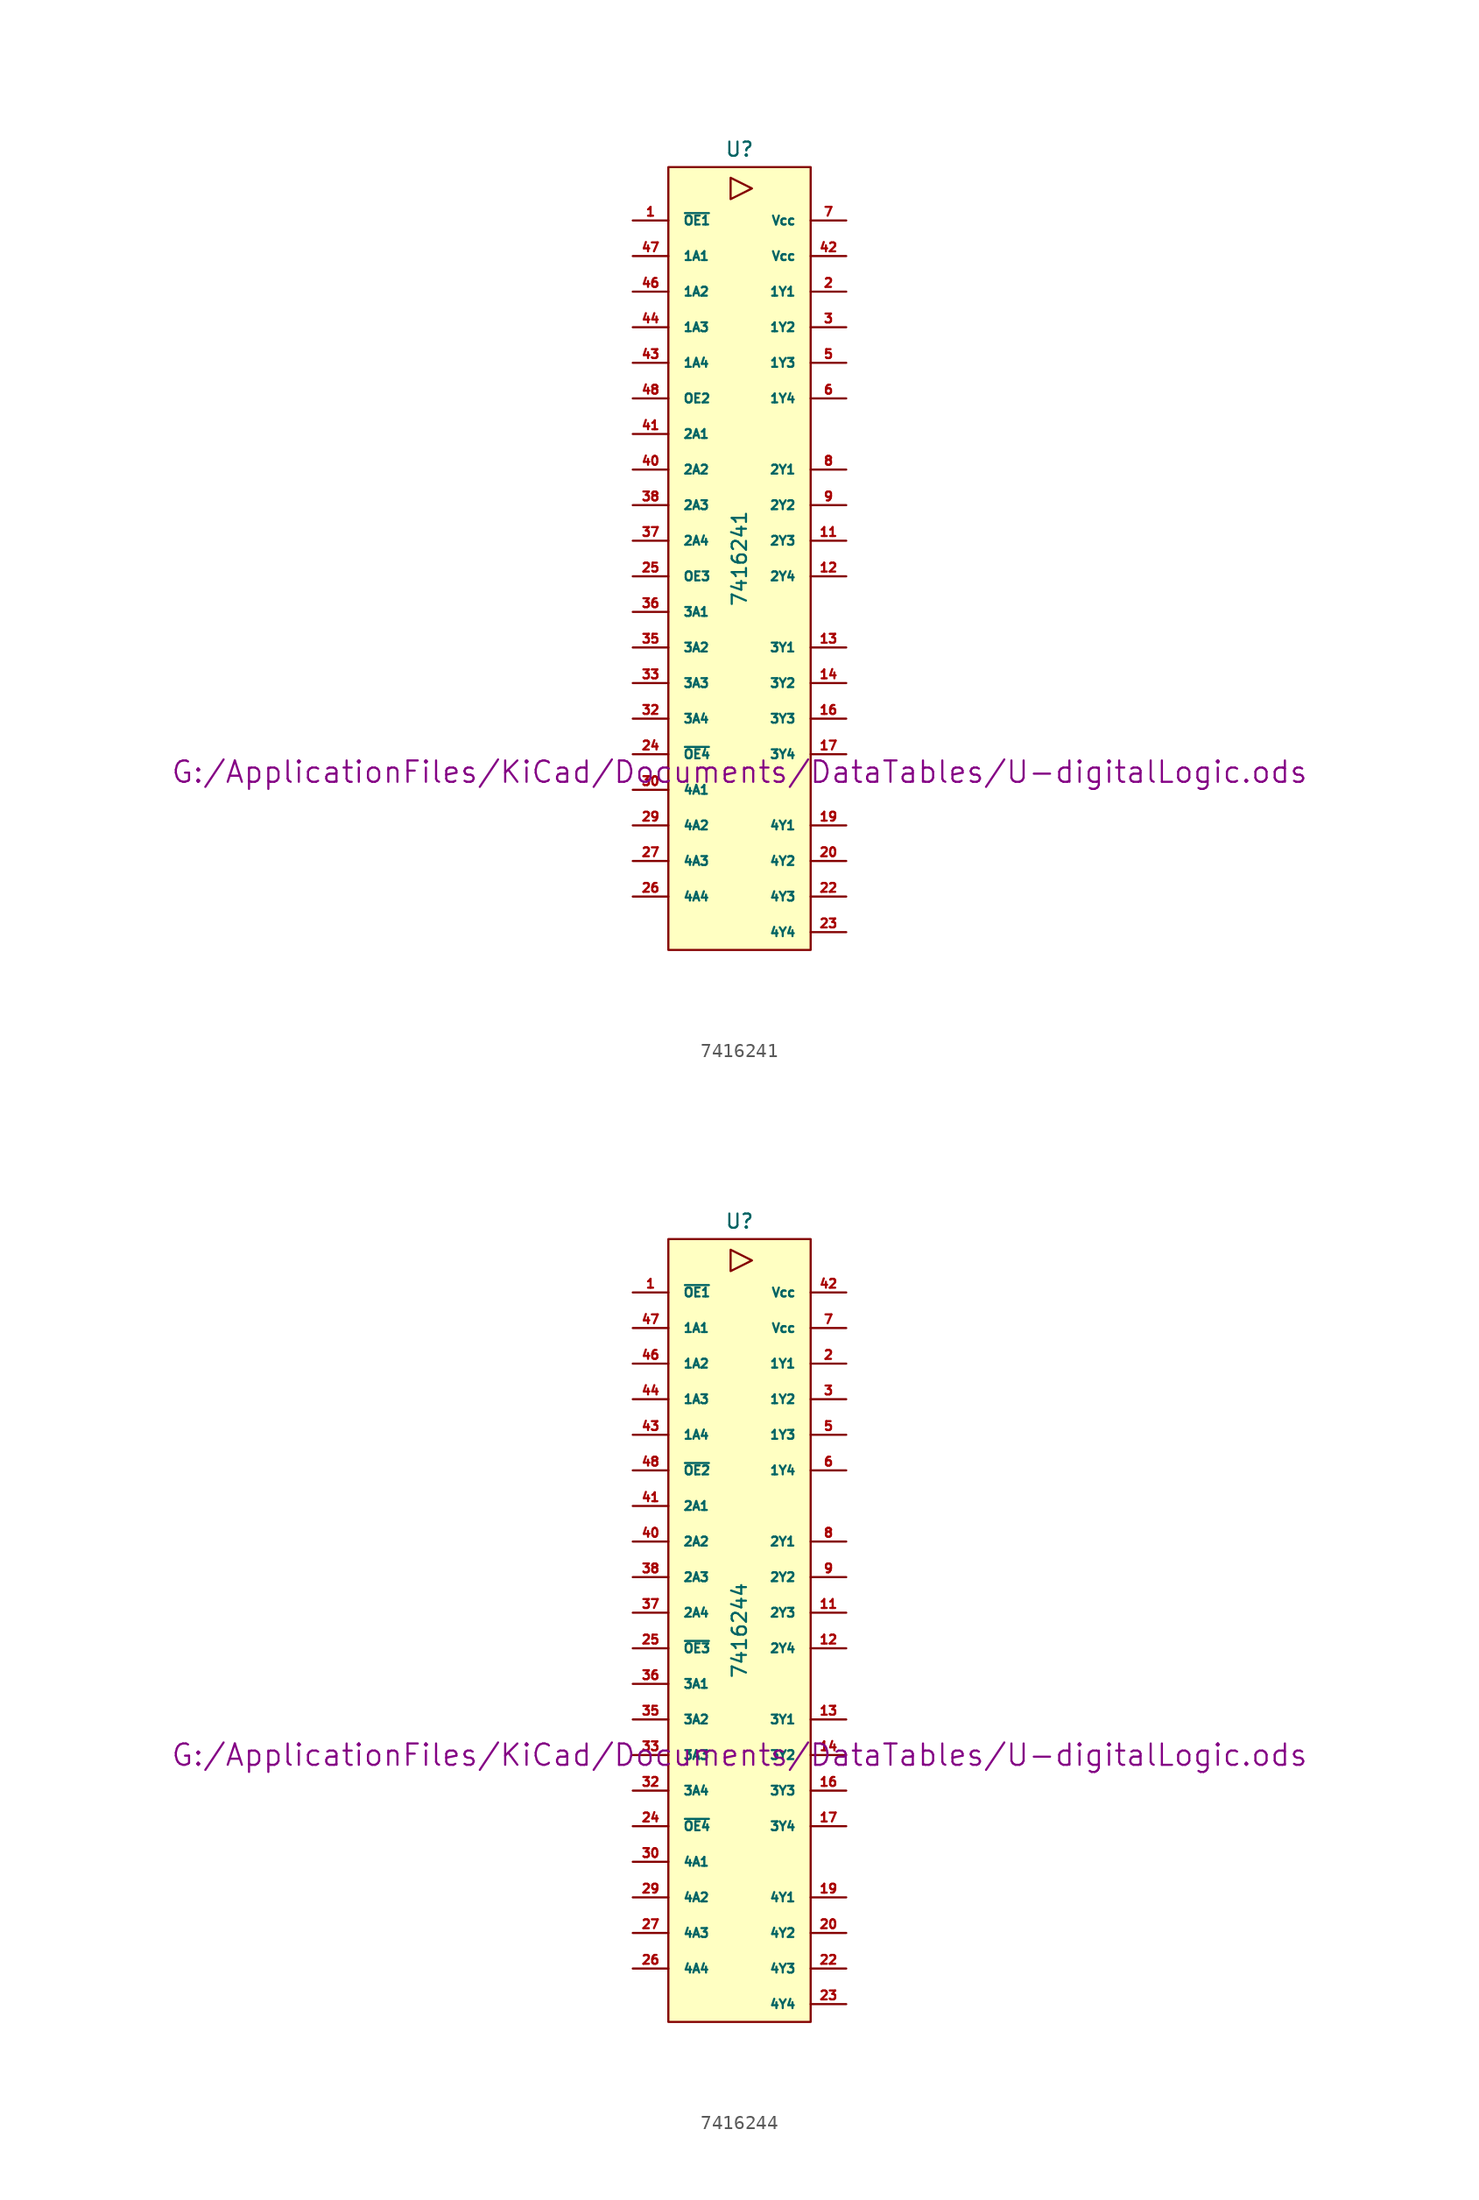
<source format=kicad_sym>
(kicad_symbol_lib
  (version 20211014)
  (generator kicad_symbol_editor)
  (symbol "7416241"
    (pin_names
      (offset 1.016))
    (property "Reference" "U"
      (at 0 29.21 0)
      (effects (font (size 1.016 1.016))))
    (property "Value" "7416241"
      (at 0 0 90)
      (effects (font (size 1.016 1.016))))
    (property "Footprint" ""
      (at 0 -15.24 0)
      (effects (font (size 1.524 1.524))))
    (property "Datasheet" "G:/ApplicationFiles/KiCad/Documents/DataTables/U-digitalLogic.ods"
      (at 0 -15.24 0)
      (effects (font (size 1.524 1.524))))
    (symbol "7416241_0_0"
      (polyline (pts (xy -0.635 27.178) (xy -0.635 25.654) (xy 0.889 26.416) (xy -0.635 27.178)) (stroke (width 0) (type default) (color 0 0 0 0)) (fill (type none))))
    (symbol "7416241_0_1"
      (rectangle (start -5.08 27.94) (end 5.08 -27.94) (stroke (width 0) (type default) (color 0 0 0 0)) (fill (type background))))
    (symbol "7416241_1_0"
      (pin power_in line (at -3.81 -27.94 270) (length 0) hide (name "DGND" (effects (font (size 0.762 0.762)))) (number "10" (effects (font (size 0.762 0.762)))))
      (pin power_in line (at -2.54 -27.94 270) (length 0) hide (name "DGND" (effects (font (size 0.762 0.762)))) (number "15" (effects (font (size 0.762 0.762)))))
      (pin power_in line (at -1.27 -27.94 270) (length 0) hide (name "DGND" (effects (font (size 0.762 0.762)))) (number "21" (effects (font (size 0.762 0.762)))))
      (pin power_in line (at 0 -27.94 270) (length 0) hide (name "DGND" (effects (font (size 0.762 0.762)))) (number "28" (effects (font (size 0.762 0.762)))))
      (pin power_in line (at 1.27 -27.94 270) (length 0) hide (name "DGND" (effects (font (size 0.762 0.762)))) (number "34" (effects (font (size 0.762 0.762)))))
      (pin power_in line (at 2.54 -27.94 270) (length 0) hide (name "DGND" (effects (font (size 0.762 0.762)))) (number "39" (effects (font (size 0.762 0.762)))))
      (pin power_in line (at -5.08 -27.94 270) (length 0) hide (name "DGND" (effects (font (size 0.762 0.762)))) (number "4" (effects (font (size 0.762 0.762)))))
      (pin power_in line (at 3.81 -27.94 270) (length 0) hide (name "DGND" (effects (font (size 0.762 0.762)))) (number "45" (effects (font (size 0.762 0.762))))))
    (symbol "7416241_1_1"
      (pin input line (at -7.62 24.13 0) (length 2.54) (name "~{OE1}" (effects (font (size 0.635 0.635)))) (number "1" (effects (font (size 0.635 0.635)))))
      (pin tri_state line (at 7.62 1.27 180) (length 2.54) (name "2Y3" (effects (font (size 0.635 0.635)))) (number "11" (effects (font (size 0.635 0.635)))))
      (pin tri_state line (at 7.62 -1.27 180) (length 2.54) (name "2Y4" (effects (font (size 0.635 0.635)))) (number "12" (effects (font (size 0.635 0.635)))))
      (pin tri_state line (at 7.62 -6.35 180) (length 2.54) (name "3Y1" (effects (font (size 0.635 0.635)))) (number "13" (effects (font (size 0.635 0.635)))))
      (pin tri_state line (at 7.62 -8.89 180) (length 2.54) (name "3Y2" (effects (font (size 0.635 0.635)))) (number "14" (effects (font (size 0.635 0.635)))))
      (pin tri_state line (at 7.62 -11.43 180) (length 2.54) (name "3Y3" (effects (font (size 0.635 0.635)))) (number "16" (effects (font (size 0.635 0.635)))))
      (pin tri_state line (at 7.62 -13.97 180) (length 2.54) (name "3Y4" (effects (font (size 0.635 0.635)))) (number "17" (effects (font (size 0.635 0.635)))))
      (pin tri_state line (at 7.62 -19.05 180) (length 2.54) (name "4Y1" (effects (font (size 0.635 0.635)))) (number "19" (effects (font (size 0.635 0.635)))))
      (pin tri_state line (at 7.62 19.05 180) (length 2.54) (name "1Y1" (effects (font (size 0.635 0.635)))) (number "2" (effects (font (size 0.635 0.635)))))
      (pin tri_state line (at 7.62 -21.59 180) (length 2.54) (name "4Y2" (effects (font (size 0.635 0.635)))) (number "20" (effects (font (size 0.635 0.635)))))
      (pin tri_state line (at 7.62 -24.13 180) (length 2.54) (name "4Y3" (effects (font (size 0.635 0.635)))) (number "22" (effects (font (size 0.635 0.635)))))
      (pin tri_state line (at 7.62 -26.67 180) (length 2.54) (name "4Y4" (effects (font (size 0.635 0.635)))) (number "23" (effects (font (size 0.635 0.635)))))
      (pin input line (at -7.62 -13.97 0) (length 2.54) (name "~{OE4}" (effects (font (size 0.635 0.635)))) (number "24" (effects (font (size 0.635 0.635)))))
      (pin input line (at -7.62 -1.27 0) (length 2.54) (name "OE3" (effects (font (size 0.635 0.635)))) (number "25" (effects (font (size 0.635 0.635)))))
      (pin input line (at -7.62 -24.13 0) (length 2.54) (name "4A4" (effects (font (size 0.635 0.635)))) (number "26" (effects (font (size 0.635 0.635)))))
      (pin input line (at -7.62 -21.59 0) (length 2.54) (name "4A3" (effects (font (size 0.635 0.635)))) (number "27" (effects (font (size 0.635 0.635)))))
      (pin input line (at -7.62 -19.05 0) (length 2.54) (name "4A2" (effects (font (size 0.635 0.635)))) (number "29" (effects (font (size 0.635 0.635)))))
      (pin tri_state line (at 7.62 16.51 180) (length 2.54) (name "1Y2" (effects (font (size 0.635 0.635)))) (number "3" (effects (font (size 0.635 0.635)))))
      (pin input line (at -7.62 -16.51 0) (length 2.54) (name "4A1" (effects (font (size 0.635 0.635)))) (number "30" (effects (font (size 0.635 0.635)))))
      (pin input line (at -7.62 -11.43 0) (length 2.54) (name "3A4" (effects (font (size 0.635 0.635)))) (number "32" (effects (font (size 0.635 0.635)))))
      (pin input line (at -7.62 -8.89 0) (length 2.54) (name "3A3" (effects (font (size 0.635 0.635)))) (number "33" (effects (font (size 0.635 0.635)))))
      (pin input line (at -7.62 -6.35 0) (length 2.54) (name "3A2" (effects (font (size 0.635 0.635)))) (number "35" (effects (font (size 0.635 0.635)))))
      (pin input line (at -7.62 -3.81 0) (length 2.54) (name "3A1" (effects (font (size 0.635 0.635)))) (number "36" (effects (font (size 0.635 0.635)))))
      (pin input line (at -7.62 1.27 0) (length 2.54) (name "2A4" (effects (font (size 0.635 0.635)))) (number "37" (effects (font (size 0.635 0.635)))))
      (pin input line (at -7.62 3.81 0) (length 2.54) (name "2A3" (effects (font (size 0.635 0.635)))) (number "38" (effects (font (size 0.635 0.635)))))
      (pin input line (at -7.62 6.35 0) (length 2.54) (name "2A2" (effects (font (size 0.635 0.635)))) (number "40" (effects (font (size 0.635 0.635)))))
      (pin input line (at -7.62 8.89 0) (length 2.54) (name "2A1" (effects (font (size 0.635 0.635)))) (number "41" (effects (font (size 0.635 0.635)))))
      (pin power_in line (at 7.62 21.59 180) (length 2.54) (name "Vcc" (effects (font (size 0.635 0.635)))) (number "42" (effects (font (size 0.635 0.635)))))
      (pin input line (at -7.62 13.97 0) (length 2.54) (name "1A4" (effects (font (size 0.635 0.635)))) (number "43" (effects (font (size 0.635 0.635)))))
      (pin input line (at -7.62 16.51 0) (length 2.54) (name "1A3" (effects (font (size 0.635 0.635)))) (number "44" (effects (font (size 0.635 0.635)))))
      (pin input line (at -7.62 19.05 0) (length 2.54) (name "1A2" (effects (font (size 0.635 0.635)))) (number "46" (effects (font (size 0.635 0.635)))))
      (pin input line (at -7.62 21.59 0) (length 2.54) (name "1A1" (effects (font (size 0.635 0.635)))) (number "47" (effects (font (size 0.635 0.635)))))
      (pin input line (at -7.62 11.43 0) (length 2.54) (name "OE2" (effects (font (size 0.635 0.635)))) (number "48" (effects (font (size 0.635 0.635)))))
      (pin tri_state line (at 7.62 13.97 180) (length 2.54) (name "1Y3" (effects (font (size 0.635 0.635)))) (number "5" (effects (font (size 0.635 0.635)))))
      (pin tri_state line (at 7.62 11.43 180) (length 2.54) (name "1Y4" (effects (font (size 0.635 0.635)))) (number "6" (effects (font (size 0.635 0.635)))))
      (pin power_in line (at 7.62 24.13 180) (length 2.54) (name "Vcc" (effects (font (size 0.635 0.635)))) (number "7" (effects (font (size 0.635 0.635)))))
      (pin tri_state line (at 7.62 6.35 180) (length 2.54) (name "2Y1" (effects (font (size 0.635 0.635)))) (number "8" (effects (font (size 0.635 0.635)))))
      (pin tri_state line (at 7.62 3.81 180) (length 2.54) (name "2Y2" (effects (font (size 0.635 0.635)))) (number "9" (effects (font (size 0.635 0.635)))))))
  (symbol "7416244"
    (pin_names
      (offset 1.016))
    (property "Reference" "U"
      (at 0 29.21 0)
      (effects (font (size 1.016 1.016))))
    (property "Value" "7416244"
      (at 0 0 90)
      (effects (font (size 1.016 1.016))))
    (property "Footprint" ""
      (at 0 -8.89 0)
      (effects (font (size 1.524 1.524))))
    (property "Datasheet" "G:/ApplicationFiles/KiCad/Documents/DataTables/U-digitalLogic.ods"
      (at 0 -8.89 0)
      (effects (font (size 1.524 1.524))))
    (symbol "7416244_0_0"
      (polyline (pts (xy -0.635 27.178) (xy -0.635 25.654) (xy 0.889 26.416) (xy -0.635 27.178)) (stroke (width 0) (type default) (color 0 0 0 0)) (fill (type none))))
    (symbol "7416244_0_1"
      (rectangle (start -5.08 27.94) (end 5.08 -27.94) (stroke (width 0) (type default) (color 0 0 0 0)) (fill (type background))))
    (symbol "7416244_1_0"
      (pin power_in line (at -3.81 -27.94 270) (length 0) hide (name "DGND" (effects (font (size 0.762 0.762)))) (number "10" (effects (font (size 0.762 0.762)))))
      (pin power_in line (at -2.54 -27.94 270) (length 0) hide (name "DGND" (effects (font (size 0.762 0.762)))) (number "15" (effects (font (size 0.762 0.762)))))
      (pin power_in line (at -1.27 -27.94 270) (length 0) hide (name "DGND" (effects (font (size 0.762 0.762)))) (number "21" (effects (font (size 0.762 0.762)))))
      (pin power_in line (at 0 -27.94 270) (length 0) hide (name "DGND" (effects (font (size 0.762 0.762)))) (number "28" (effects (font (size 0.762 0.762)))))
      (pin power_in line (at 1.27 -27.94 270) (length 0) hide (name "DGND" (effects (font (size 0.762 0.762)))) (number "34" (effects (font (size 0.762 0.762)))))
      (pin power_in line (at 2.54 -27.94 270) (length 0) hide (name "DGND" (effects (font (size 0.762 0.762)))) (number "39" (effects (font (size 0.762 0.762)))))
      (pin power_in line (at -5.08 -27.94 270) (length 0) hide (name "DGND" (effects (font (size 0.762 0.762)))) (number "4" (effects (font (size 0.762 0.762)))))
      (pin power_in line (at 3.81 -27.94 270) (length 0) hide (name "DGND" (effects (font (size 0.762 0.762)))) (number "45" (effects (font (size 0.762 0.762))))))
    (symbol "7416244_1_1"
      (pin input line (at -7.62 24.13 0) (length 2.54) (name "~{OE1}" (effects (font (size 0.635 0.635)))) (number "1" (effects (font (size 0.635 0.635)))))
      (pin tri_state line (at 7.62 1.27 180) (length 2.54) (name "2Y3" (effects (font (size 0.635 0.635)))) (number "11" (effects (font (size 0.635 0.635)))))
      (pin tri_state line (at 7.62 -1.27 180) (length 2.54) (name "2Y4" (effects (font (size 0.635 0.635)))) (number "12" (effects (font (size 0.635 0.635)))))
      (pin tri_state line (at 7.62 -6.35 180) (length 2.54) (name "3Y1" (effects (font (size 0.635 0.635)))) (number "13" (effects (font (size 0.635 0.635)))))
      (pin tri_state line (at 7.62 -8.89 180) (length 2.54) (name "3Y2" (effects (font (size 0.635 0.635)))) (number "14" (effects (font (size 0.635 0.635)))))
      (pin tri_state line (at 7.62 -11.43 180) (length 2.54) (name "3Y3" (effects (font (size 0.635 0.635)))) (number "16" (effects (font (size 0.635 0.635)))))
      (pin tri_state line (at 7.62 -13.97 180) (length 2.54) (name "3Y4" (effects (font (size 0.635 0.635)))) (number "17" (effects (font (size 0.635 0.635)))))
      (pin tri_state line (at 7.62 -19.05 180) (length 2.54) (name "4Y1" (effects (font (size 0.635 0.635)))) (number "19" (effects (font (size 0.635 0.635)))))
      (pin tri_state line (at 7.62 19.05 180) (length 2.54) (name "1Y1" (effects (font (size 0.635 0.635)))) (number "2" (effects (font (size 0.635 0.635)))))
      (pin tri_state line (at 7.62 -21.59 180) (length 2.54) (name "4Y2" (effects (font (size 0.635 0.635)))) (number "20" (effects (font (size 0.635 0.635)))))
      (pin tri_state line (at 7.62 -24.13 180) (length 2.54) (name "4Y3" (effects (font (size 0.635 0.635)))) (number "22" (effects (font (size 0.635 0.635)))))
      (pin tri_state line (at 7.62 -26.67 180) (length 2.54) (name "4Y4" (effects (font (size 0.635 0.635)))) (number "23" (effects (font (size 0.635 0.635)))))
      (pin input line (at -7.62 -13.97 0) (length 2.54) (name "~{OE4}" (effects (font (size 0.635 0.635)))) (number "24" (effects (font (size 0.635 0.635)))))
      (pin input line (at -7.62 -1.27 0) (length 2.54) (name "~{OE3}" (effects (font (size 0.635 0.635)))) (number "25" (effects (font (size 0.635 0.635)))))
      (pin input line (at -7.62 -24.13 0) (length 2.54) (name "4A4" (effects (font (size 0.635 0.635)))) (number "26" (effects (font (size 0.635 0.635)))))
      (pin input line (at -7.62 -21.59 0) (length 2.54) (name "4A3" (effects (font (size 0.635 0.635)))) (number "27" (effects (font (size 0.635 0.635)))))
      (pin input line (at -7.62 -19.05 0) (length 2.54) (name "4A2" (effects (font (size 0.635 0.635)))) (number "29" (effects (font (size 0.635 0.635)))))
      (pin tri_state line (at 7.62 16.51 180) (length 2.54) (name "1Y2" (effects (font (size 0.635 0.635)))) (number "3" (effects (font (size 0.635 0.635)))))
      (pin input line (at -7.62 -16.51 0) (length 2.54) (name "4A1" (effects (font (size 0.635 0.635)))) (number "30" (effects (font (size 0.635 0.635)))))
      (pin input line (at -7.62 -11.43 0) (length 2.54) (name "3A4" (effects (font (size 0.635 0.635)))) (number "32" (effects (font (size 0.635 0.635)))))
      (pin input line (at -7.62 -8.89 0) (length 2.54) (name "3A3" (effects (font (size 0.635 0.635)))) (number "33" (effects (font (size 0.635 0.635)))))
      (pin input line (at -7.62 -6.35 0) (length 2.54) (name "3A2" (effects (font (size 0.635 0.635)))) (number "35" (effects (font (size 0.635 0.635)))))
      (pin input line (at -7.62 -3.81 0) (length 2.54) (name "3A1" (effects (font (size 0.635 0.635)))) (number "36" (effects (font (size 0.635 0.635)))))
      (pin input line (at -7.62 1.27 0) (length 2.54) (name "2A4" (effects (font (size 0.635 0.635)))) (number "37" (effects (font (size 0.635 0.635)))))
      (pin input line (at -7.62 3.81 0) (length 2.54) (name "2A3" (effects (font (size 0.635 0.635)))) (number "38" (effects (font (size 0.635 0.635)))))
      (pin input line (at -7.62 6.35 0) (length 2.54) (name "2A2" (effects (font (size 0.635 0.635)))) (number "40" (effects (font (size 0.635 0.635)))))
      (pin input line (at -7.62 8.89 0) (length 2.54) (name "2A1" (effects (font (size 0.635 0.635)))) (number "41" (effects (font (size 0.635 0.635)))))
      (pin power_in line (at 7.62 24.13 180) (length 2.54) (name "Vcc" (effects (font (size 0.635 0.635)))) (number "42" (effects (font (size 0.635 0.635)))))
      (pin input line (at -7.62 13.97 0) (length 2.54) (name "1A4" (effects (font (size 0.635 0.635)))) (number "43" (effects (font (size 0.635 0.635)))))
      (pin input line (at -7.62 16.51 0) (length 2.54) (name "1A3" (effects (font (size 0.635 0.635)))) (number "44" (effects (font (size 0.635 0.635)))))
      (pin input line (at -7.62 19.05 0) (length 2.54) (name "1A2" (effects (font (size 0.635 0.635)))) (number "46" (effects (font (size 0.635 0.635)))))
      (pin input line (at -7.62 21.59 0) (length 2.54) (name "1A1" (effects (font (size 0.635 0.635)))) (number "47" (effects (font (size 0.635 0.635)))))
      (pin input line (at -7.62 11.43 0) (length 2.54) (name "~{OE2}" (effects (font (size 0.635 0.635)))) (number "48" (effects (font (size 0.635 0.635)))))
      (pin tri_state line (at 7.62 13.97 180) (length 2.54) (name "1Y3" (effects (font (size 0.635 0.635)))) (number "5" (effects (font (size 0.635 0.635)))))
      (pin tri_state line (at 7.62 11.43 180) (length 2.54) (name "1Y4" (effects (font (size 0.635 0.635)))) (number "6" (effects (font (size 0.635 0.635)))))
      (pin power_in line (at 7.62 21.59 180) (length 2.54) (name "Vcc" (effects (font (size 0.635 0.635)))) (number "7" (effects (font (size 0.635 0.635)))))
      (pin tri_state line (at 7.62 6.35 180) (length 2.54) (name "2Y1" (effects (font (size 0.635 0.635)))) (number "8" (effects (font (size 0.635 0.635)))))
      (pin tri_state line (at 7.62 3.81 180) (length 2.54) (name "2Y2" (effects (font (size 0.635 0.635)))) (number "9" (effects (font (size 0.635 0.635))))))))
</source>
